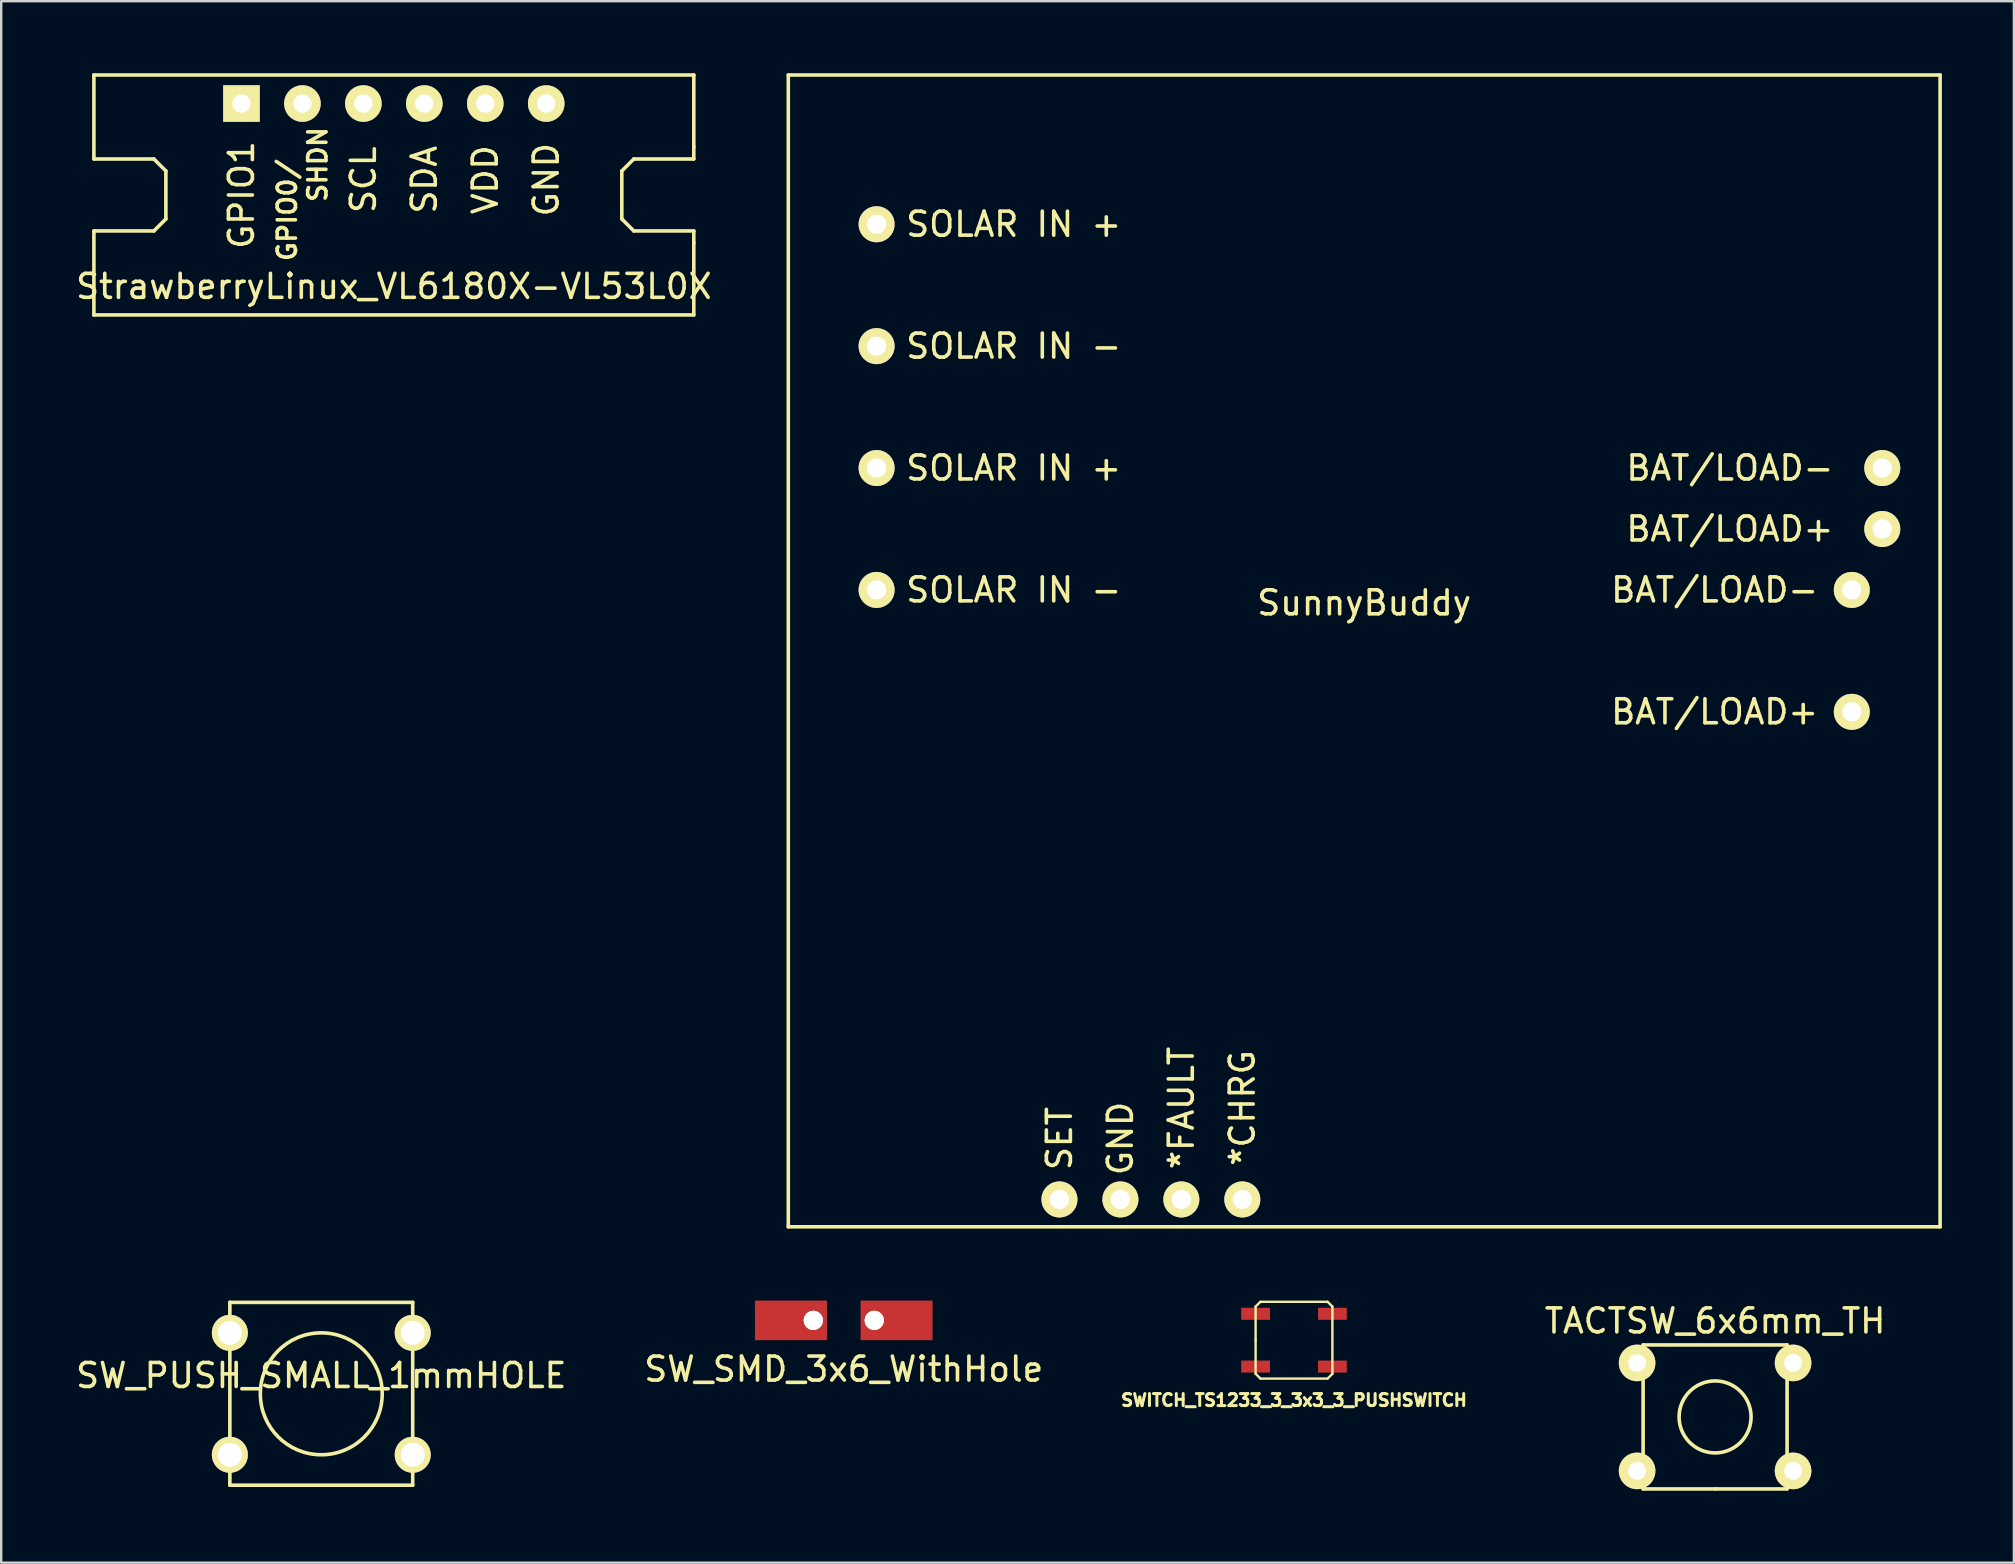
<source format=kicad_pcb>
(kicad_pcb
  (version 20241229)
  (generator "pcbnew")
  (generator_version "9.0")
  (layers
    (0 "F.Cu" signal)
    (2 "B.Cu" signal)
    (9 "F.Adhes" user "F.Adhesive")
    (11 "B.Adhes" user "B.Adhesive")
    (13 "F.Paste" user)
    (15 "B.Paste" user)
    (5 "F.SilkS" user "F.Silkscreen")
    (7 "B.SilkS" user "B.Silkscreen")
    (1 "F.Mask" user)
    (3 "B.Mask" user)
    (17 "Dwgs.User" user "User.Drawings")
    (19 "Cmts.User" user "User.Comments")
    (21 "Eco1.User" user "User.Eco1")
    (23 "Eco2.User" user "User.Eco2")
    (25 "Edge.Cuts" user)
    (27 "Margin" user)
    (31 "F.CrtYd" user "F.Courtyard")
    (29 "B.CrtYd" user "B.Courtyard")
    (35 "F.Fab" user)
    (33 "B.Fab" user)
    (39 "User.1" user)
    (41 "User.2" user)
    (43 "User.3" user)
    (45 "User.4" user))
  (footprint "StrawberryLinux_VL6180X-VL53L0X"
    (layer "F.Cu")
    (at 13.363 5.075)
    (property "Reference" "StrawberryLinux_VL6180X-VL53L0X" (at 0 3.81 0) (layer "F.SilkS") (effects (font (size 1 1) (thickness 0.15))))
    (attr through_hole)
    (fp_line (start -12.5 -5) (end -12.5 -1.5) (stroke (width 0.15) (type solid)) (layer "F.SilkS"))
    (fp_line (start -12.5 -1.5) (end -10 -1.5) (stroke (width 0.15) (type solid)) (layer "F.SilkS"))
    (fp_line (start -12.5 1.5) (end -12.5 5) (stroke (width 0.15) (type solid)) (layer "F.SilkS"))
    (fp_line (start -12.5 5) (end 12.5 5) (stroke (width 0.15) (type solid)) (layer "F.SilkS"))
    (fp_line (start -10 -1.5) (end -9.5 -1) (stroke (width 0.15) (type solid)) (layer "F.SilkS"))
    (fp_line (start -10 1.5) (end -12.5 1.5) (stroke (width 0.15) (type solid)) (layer "F.SilkS"))
    (fp_line (start -9.5 -1) (end -9.5 1) (stroke (width 0.15) (type solid)) (layer "F.SilkS"))
    (fp_line (start -9.5 1) (end -10 1.5) (stroke (width 0.15) (type solid)) (layer "F.SilkS"))
    (fp_line (start 9.5 -1) (end 10 -1.5) (stroke (width 0.15) (type solid)) (layer "F.SilkS"))
    (fp_line (start 9.5 1) (end 9.5 -1) (stroke (width 0.15) (type solid)) (layer "F.SilkS"))
    (fp_line (start 10 -1.5) (end 12.5 -1.5) (stroke (width 0.15) (type solid)) (layer "F.SilkS"))
    (fp_line (start 10 1.5) (end 9.5 1) (stroke (width 0.15) (type solid)) (layer "F.SilkS"))
    (fp_line (start 12.5 -5) (end -12.5 -5) (stroke (width 0.15) (type solid)) (layer "F.SilkS"))
    (fp_line (start 12.5 -2) (end 12.5 -5) (stroke (width 0.15) (type solid)) (layer "F.SilkS"))
    (fp_line (start 12.5 -1.5) (end 12.5 -2) (stroke (width 0.15) (type solid)) (layer "F.SilkS"))
    (fp_line (start 12.5 1.5) (end 10 1.5) (stroke (width 0.15) (type solid)) (layer "F.SilkS"))
    (fp_line (start 12.5 2) (end 12.5 1.5) (stroke (width 0.15) (type solid)) (layer "F.SilkS"))
    (fp_line (start 12.5 5) (end 12.5 2) (stroke (width 0.15) (type solid)) (layer "F.SilkS"))
    (fp_text user "SHDN" (at -3.175 -1.27 90) (layer "F.SilkS") (effects (font (size 0.762 0.762) (thickness 0.15))))
    (fp_text user "VDD" (at 3.81 -0.635 90) (layer "F.SilkS") (effects (font (size 1 1) (thickness 0.15))))
    (fp_text user "GPIO0/" (at -4.445 0.635 90) (layer "F.SilkS") (effects (font (size 0.762 0.762) (thickness 0.15))))
    (fp_text user "SDA" (at 1.27 -0.635 90) (layer "F.SilkS") (effects (font (size 1 1) (thickness 0.15))))
    (fp_text user "GPIO1" (at -6.35 0 90) (layer "F.SilkS") (effects (font (size 1 1) (thickness 0.15))))
    (fp_text user "GND" (at 6.35 -0.635 270) (layer "F.SilkS") (effects (font (size 1 1) (thickness 0.15))))
    (fp_text user "SCL" (at -1.27 -0.635 90) (layer "F.SilkS") (effects (font (size 1 1) (thickness 0.15))))
    (pad "1" thru_hole rect (at -6.35 -3.81) (size 1.524 1.524) (drill 0.762) (layers "*.Cu" "*.Mask" "F.SilkS"))
    (pad "2" thru_hole circle (at -3.81 -3.81) (size 1.524 1.524) (drill 0.762) (layers "*.Cu" "*.Mask" "F.SilkS"))
    (pad "3" thru_hole circle (at -1.27 -3.81) (size 1.524 1.524) (drill 0.762) (layers "*.Cu" "*.Mask" "F.SilkS"))
    (pad "4" thru_hole circle (at 1.27 -3.81) (size 1.524 1.524) (drill 0.762) (layers "*.Cu" "*.Mask" "F.SilkS"))
    (pad "5" thru_hole circle (at 3.81 -3.81) (size 1.524 1.524) (drill 0.762) (layers "*.Cu" "*.Mask" "F.SilkS"))
    (pad "6" thru_hole circle (at 6.35 -3.81) (size 1.524 1.524) (drill 0.762) (layers "*.Cu" "*.Mask" "F.SilkS")))
  (footprint "TACTSW_6x6mm_TH"
    (layer "F.Cu")
    (at 68.424 55.998)
    (property "Reference" "TACTSW_6x6mm_TH" (at 0 -4 0) (layer "F.SilkS") (effects (font (size 1 1) (thickness 0.15))))
    (attr through_hole)
    (fp_line (start -3 -3) (end 3 -3) (stroke (width 0.15) (type solid)) (layer "F.SilkS"))
    (fp_line (start -3 3) (end -3 -3) (stroke (width 0.15) (type solid)) (layer "F.SilkS"))
    (fp_line (start 0 3) (end -3 3) (stroke (width 0.15) (type solid)) (layer "F.SilkS"))
    (fp_line (start 3 -3) (end 3 3) (stroke (width 0.15) (type solid)) (layer "F.SilkS"))
    (fp_line (start 3 3) (end 0 3) (stroke (width 0.15) (type solid)) (layer "F.SilkS"))
    (fp_circle (center 0 0) (end 1.5 0) (stroke (width 0.15) (type solid)) (fill no) (layer "F.SilkS"))
    (pad "1" thru_hole circle (at -3.25 -2.25) (size 1.524 1.524) (drill 0.74) (layers "*.Cu" "*.Mask" "F.SilkS"))
    (pad "1" thru_hole circle (at 3.25 -2.25) (size 1.524 1.524) (drill 0.74) (layers "*.Cu" "*.Mask" "F.SilkS"))
    (pad "2" thru_hole circle (at -3.25 2.25) (size 1.524 1.524) (drill 0.74) (layers "*.Cu" "*.Mask" "F.SilkS"))
    (pad "2" thru_hole circle (at 3.25 2.25) (size 1.524 1.524) (drill 0.74) (layers "*.Cu" "*.Mask" "F.SilkS")))
  (footprint "SunnyBuddy"
    (layer "F.Cu")
    (at 53.801 24.075)
    (property "Reference" "SunnyBuddy" (at 0 -2 0) (layer "F.SilkS") (effects (font (size 1 1) (thickness 0.15))))
    (attr through_hole)
    (fp_line (start -24 -24) (end 24 -24) (stroke (width 0.15) (type solid)) (layer "F.SilkS"))
    (fp_line (start -24 24) (end -24 -24) (stroke (width 0.15) (type solid)) (layer "F.SilkS"))
    (fp_line (start 24 -24) (end 24 24) (stroke (width 0.15) (type solid)) (layer "F.SilkS"))
    (fp_line (start 24 24) (end -24 24) (stroke (width 0.15) (type solid)) (layer "F.SilkS"))
    (fp_text user "SOLAR IN +" (at -14.605 -17.78 0) (layer "F.SilkS") (effects (font (size 1 1) (thickness 0.15))))
    (fp_text user "SOLAR IN -" (at -14.605 -12.7 0) (layer "F.SilkS") (effects (font (size 1 1) (thickness 0.15))))
    (fp_text user "BAT/LOAD-" (at 14.605 -2.54 0) (layer "F.SilkS") (effects (font (size 1 1) (thickness 0.15))))
    (fp_text user "SOLAR IN -" (at -14.605 -2.54 0) (layer "F.SilkS") (effects (font (size 1 1) (thickness 0.15))))
    (fp_text user "BAT/LOAD+" (at 15.24 -5.08 0) (layer "F.SilkS") (effects (font (size 1 1) (thickness 0.15))))
    (fp_text user "*CHRG" (at -5.08 19.05 90) (layer "F.SilkS") (effects (font (size 1 1) (thickness 0.15))))
    (fp_text user "GND" (at -10.16 20.32 90) (layer "F.SilkS") (effects (font (size 1 1) (thickness 0.15))))
    (fp_text user "*FAULT" (at -7.62 19.05 90) (layer "F.SilkS") (effects (font (size 1 1) (thickness 0.15))))
    (fp_text user "SET" (at -12.7 20.32 90) (layer "F.SilkS") (effects (font (size 1 1) (thickness 0.15))))
    (fp_text user "SOLAR IN +" (at -14.605 -7.62 0) (layer "F.SilkS") (effects (font (size 1 1) (thickness 0.15))))
    (fp_text user "BAT/LOAD-" (at 15.24 -7.62 0) (layer "F.SilkS") (effects (font (size 1 1) (thickness 0.15))))
    (fp_text user "BAT/LOAD+" (at 14.605 2.54 0) (layer "F.SilkS") (effects (font (size 1 1) (thickness 0.15))))
    (pad "1" thru_hole circle (at -20.32 -17.78) (size 1.5 1.5) (drill 0.8) (layers "*.Cu" "*.Mask" "F.SilkS"))
    (pad "1" thru_hole circle (at -20.32 -7.62) (size 1.5 1.5) (drill 0.8) (layers "*.Cu" "*.Mask" "F.SilkS"))
    (pad "2" thru_hole circle (at -20.32 -12.7) (size 1.5 1.5) (drill 0.8) (layers "*.Cu" "*.Mask" "F.SilkS"))
    (pad "2" thru_hole circle (at -20.32 -2.54) (size 1.5 1.5) (drill 0.8) (layers "*.Cu" "*.Mask" "F.SilkS"))
    (pad "3" thru_hole circle (at 20.32 2.54) (size 1.5 1.5) (drill 0.8) (layers "*.Cu" "*.Mask" "F.SilkS"))
    (pad "4" thru_hole circle (at 20.32 -2.54) (size 1.5 1.5) (drill 0.8) (layers "*.Cu" "*.Mask" "F.SilkS"))
    (pad "5" thru_hole circle (at 21.59 -5.08) (size 1.5 1.5) (drill 0.8) (layers "*.Cu" "*.Mask" "F.SilkS"))
    (pad "6" thru_hole circle (at -5.08 22.86) (size 1.5 1.5) (drill 0.8) (layers "*.Cu" "*.Mask" "F.SilkS"))
    (pad "6" thru_hole circle (at 21.59 -7.62) (size 1.5 1.5) (drill 0.8) (layers "*.Cu" "*.Mask" "F.SilkS"))
    (pad "7" thru_hole circle (at -7.62 22.86) (size 1.5 1.5) (drill 0.8) (layers "*.Cu" "*.Mask" "F.SilkS"))
    (pad "8" thru_hole circle (at -10.16 22.86) (size 1.5 1.5) (drill 0.8) (layers "*.Cu" "*.Mask" "F.SilkS"))
    (pad "9" thru_hole circle (at -12.7 22.86) (size 1.5 1.5) (drill 0.8) (layers "*.Cu" "*.Mask" "F.SilkS")))
  (footprint "SWITCH_TS1233_3_3x3_3_PUSHSWITCH"
    (layer "F.Cu")
    (at 50.876 52.8)
    (property "Reference" "SWITCH_TS1233_3_3x3_3_PUSHSWITCH" (at 0 2.5 0) (layer "F.SilkS") (effects (font (size 0.5 0.5) (thickness 0.125))))
    (attr through_hole)
    (fp_line (start -1.6 -1.4) (end -1.4 -1.6) (stroke (width 0.1) (type solid)) (layer "F.SilkS"))
    (fp_line (start -1.6 0) (end -1.6 -1.4) (stroke (width 0.1) (type solid)) (layer "F.SilkS"))
    (fp_line (start -1.6 1.4) (end -1.6 0) (stroke (width 0.1) (type solid)) (layer "F.SilkS"))
    (fp_line (start -1.4 -1.6) (end 1.4 -1.6) (stroke (width 0.1) (type solid)) (layer "F.SilkS"))
    (fp_line (start -1.4 1.6) (end -1.6 1.4) (stroke (width 0.1) (type solid)) (layer "F.SilkS"))
    (fp_line (start 1.4 -1.6) (end 1.6 -1.4) (stroke (width 0.1) (type solid)) (layer "F.SilkS"))
    (fp_line (start 1.4 1.6) (end -1.4 1.6) (stroke (width 0.1) (type solid)) (layer "F.SilkS"))
    (fp_line (start 1.6 -1.4) (end 1.6 1.4) (stroke (width 0.1) (type solid)) (layer "F.SilkS"))
    (fp_line (start 1.6 1.4) (end 1.4 1.6) (stroke (width 0.1) (type solid)) (layer "F.SilkS"))
    (pad "1" smd rect (at -1.6 -1.1) (size 1.2 0.5) (layers "F.Cu" "F.Mask" "F.Paste"))
    (pad "1" smd rect (at 1.6 -1.1) (size 1.2 0.5) (layers "F.Cu" "F.Mask" "F.Paste"))
    (pad "2" smd rect (at -1.6 1.1) (size 1.2 0.5) (layers "F.Cu" "F.Mask" "F.Paste"))
    (pad "2" smd rect (at 1.6 1.1) (size 1.2 0.5) (layers "F.Cu" "F.Mask" "F.Paste")))
  (footprint "SW_PUSH_SMALL_1mmHOLE"
    (layer "F.Cu")
    (at 10.339 55.035)
    (property "Reference" "SW_PUSH_SMALL_1mmHOLE" (at 0 -0.762 0) (layer "F.SilkS") (effects (font (size 1 1) (thickness 0.15))))
    (attr through_hole)
    (fp_line (start -3.81 -3.81) (end -3.81 3.81) (stroke (width 0.15) (type solid)) (layer "F.SilkS"))
    (fp_line (start -3.81 -3.81) (end 3.81 -3.81) (stroke (width 0.15) (type solid)) (layer "F.SilkS"))
    (fp_line (start 3.81 -3.81) (end 3.81 3.81) (stroke (width 0.15) (type solid)) (layer "F.SilkS"))
    (fp_line (start 3.81 3.81) (end -3.81 3.81) (stroke (width 0.15) (type solid)) (layer "F.SilkS"))
    (fp_circle (center 0 0) (end 0 -2.54) (stroke (width 0.15) (type solid)) (fill no) (layer "F.SilkS"))
    (pad "1" thru_hole circle (at -3.81 -2.54) (size 1.5 1.5) (drill 1) (layers "*.Cu" "*.Mask" "F.SilkS"))
    (pad "1" thru_hole circle (at 3.81 -2.54) (size 1.5 1.5) (drill 1) (layers "*.Cu" "*.Mask" "F.SilkS"))
    (pad "2" thru_hole circle (at -3.81 2.54) (size 1.5 1.5) (drill 1) (layers "*.Cu" "*.Mask" "F.SilkS"))
    (pad "2" thru_hole circle (at 3.81 2.54) (size 1.5 1.5) (drill 1) (layers "*.Cu" "*.Mask" "F.SilkS")))
  (footprint "SW_SMD_3x6_WithHole"
    (layer "F.Cu")
    (at 32.113 51.975)
    (property "Reference" "SW_SMD_3x6_WithHole" (at 0 2.032 0) (layer "F.SilkS") (effects (font (size 1 1) (thickness 0.15))))
    (attr through_hole)
    (pad "1" smd rect (at -2.2 0) (size 3 1.651) (layers "F.Cu" "F.Mask" "F.Paste"))
    (pad "1" thru_hole circle (at -1.27 0) (size 0.8 0.8) (drill 0.8) (layers "*.Cu" "*.Mask" "F.SilkS"))
    (pad "2" thru_hole circle (at 1.27 0) (size 0.8 0.8) (drill 0.8) (layers "*.Cu" "*.Mask" "F.SilkS"))
    (pad "2" smd rect (at 2.2 0) (size 3 1.651) (layers "F.Cu" "F.Mask" "F.Paste")))
  (gr_rect
    (start -3 -3)
    (end 80.876 62.073)
    (stroke (width 0.1) (type default))
    (fill no)
    (layer "Edge.Cuts")))
</source>
